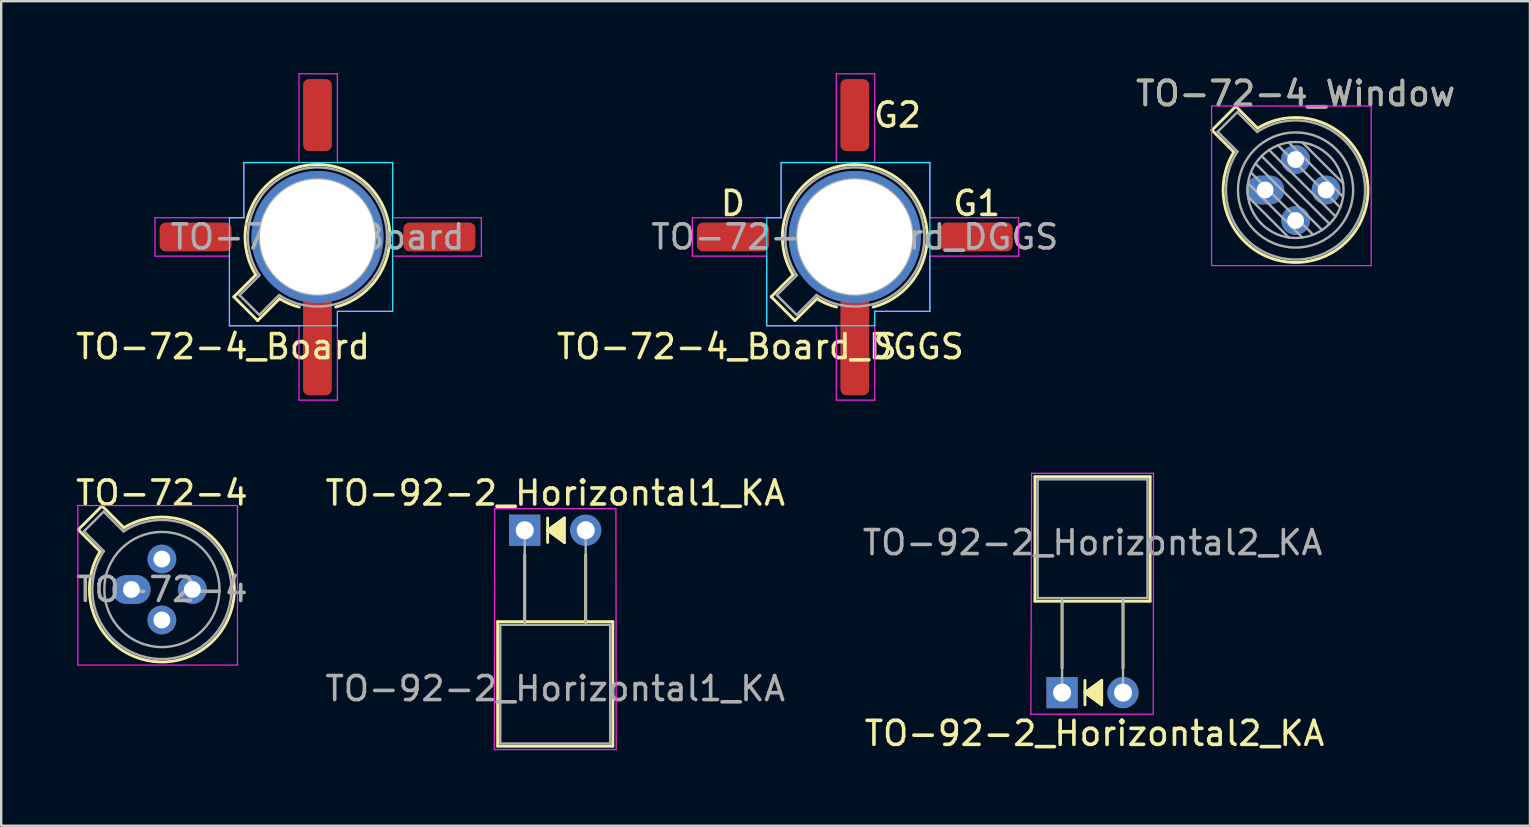
<source format=kicad_pcb>
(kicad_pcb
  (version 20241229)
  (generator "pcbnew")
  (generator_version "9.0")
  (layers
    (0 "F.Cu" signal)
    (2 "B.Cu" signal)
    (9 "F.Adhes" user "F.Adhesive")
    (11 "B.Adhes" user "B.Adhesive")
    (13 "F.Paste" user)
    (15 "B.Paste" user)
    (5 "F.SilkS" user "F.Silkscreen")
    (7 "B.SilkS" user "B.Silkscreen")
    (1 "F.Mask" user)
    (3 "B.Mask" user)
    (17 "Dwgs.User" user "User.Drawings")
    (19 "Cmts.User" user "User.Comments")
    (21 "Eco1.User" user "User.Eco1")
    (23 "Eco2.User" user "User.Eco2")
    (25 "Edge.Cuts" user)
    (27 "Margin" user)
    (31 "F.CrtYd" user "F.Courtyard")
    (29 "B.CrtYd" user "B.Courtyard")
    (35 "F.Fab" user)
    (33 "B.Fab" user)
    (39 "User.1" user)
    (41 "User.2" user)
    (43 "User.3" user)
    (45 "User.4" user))
  (footprint "TO-72-4_Board"
    (layer "F.Cu")
    (at 8.911 6.825)
    (property "Reference" "TO-72-4_Board" (at -2.667 4.572 0) (layer "F.SilkS") (effects (font (size 1 1) (thickness 0.15))))
    (attr through_hole)
    (fp_line (start -2.214 2.494) (end -1.302 1.582) (stroke (width 0.12) (type solid)) (layer "F.SilkS"))
    (fp_line (start -1.224 3.484) (end -2.214 2.494) (stroke (width 0.12) (type solid)) (layer "F.SilkS"))
    (fp_line (start -0.312 2.572) (end -1.224 3.484) (stroke (width 0.12) (type solid)) (layer "F.SilkS"))
    (fp_arc (start -1.30109 1.581891) (mid 2.395391 -2.801139) (end 2.032 2.921) (stroke (width 0.12) (type solid)) (layer "F.SilkS"))
    (fp_arc (start 0.507681 2.922203) (mid 0.084691 2.777669) (end -0.312331 2.572281) (stroke (width 0.12) (type solid)) (layer "F.SilkS"))
    (fp_line (start -2.4 -0.8) (end -1.8 -0.8) (stroke (width 0.05) (type solid)) (layer "B.CrtYd"))
    (fp_line (start -2.4 3.7) (end -2.4 -0.8) (stroke (width 0.05) (type solid)) (layer "B.CrtYd"))
    (fp_line (start -1.8 -3.1) (end 4.4 -3.1) (stroke (width 0.05) (type solid)) (layer "B.CrtYd"))
    (fp_line (start -1.8 -0.8) (end -1.8 -3.1) (stroke (width 0.05) (type solid)) (layer "B.CrtYd"))
    (fp_line (start 2.1 3.1) (end 2.1 3.7) (stroke (width 0.05) (type solid)) (layer "B.CrtYd"))
    (fp_line (start 2.1 3.7) (end -2.4 3.7) (stroke (width 0.05) (type solid)) (layer "B.CrtYd"))
    (fp_line (start 4.4 -3.1) (end 4.4 2.9) (stroke (width 0.05) (type solid)) (layer "B.CrtYd"))
    (fp_line (start 4.4 2.9) (end 4.4 3.1) (stroke (width 0.05) (type solid)) (layer "B.CrtYd"))
    (fp_line (start 4.4 3.1) (end 2.1 3.1) (stroke (width 0.05) (type solid)) (layer "B.CrtYd"))
    (fp_line (start -5.5 -0.8) (end -1.8 -0.8) (stroke (width 0.05) (type solid)) (layer "F.CrtYd"))
    (fp_line (start -5.5 0.8) (end -5.5 -0.8) (stroke (width 0.05) (type solid)) (layer "F.CrtYd"))
    (fp_line (start -2.4 0.8) (end -5.5 0.8) (stroke (width 0.05) (type solid)) (layer "F.CrtYd"))
    (fp_line (start -2.4 3.7) (end -2.4 0.8) (stroke (width 0.05) (type solid)) (layer "F.CrtYd"))
    (fp_line (start -1.8 -3.1) (end 0.5 -3.1) (stroke (width 0.05) (type solid)) (layer "F.CrtYd"))
    (fp_line (start -1.8 -0.8) (end -1.8 -3.1) (stroke (width 0.05) (type solid)) (layer "F.CrtYd"))
    (fp_line (start 0.5 -6.8) (end 2.1 -6.8) (stroke (width 0.05) (type solid)) (layer "F.CrtYd"))
    (fp_line (start 0.5 -3.1) (end 0.5 -6.8) (stroke (width 0.05) (type solid)) (layer "F.CrtYd"))
    (fp_line (start 0.5 3.7) (end -2.4 3.7) (stroke (width 0.05) (type solid)) (layer "F.CrtYd"))
    (fp_line (start 0.5 6.8) (end 0.5 3.7) (stroke (width 0.05) (type solid)) (layer "F.CrtYd"))
    (fp_line (start 2.1 -6.8) (end 2.1 -3.1) (stroke (width 0.05) (type solid)) (layer "F.CrtYd"))
    (fp_line (start 2.1 -3.1) (end 4.4 -3.1) (stroke (width 0.05) (type solid)) (layer "F.CrtYd"))
    (fp_line (start 2.1 3.1) (end 2.1 6.8) (stroke (width 0.05) (type solid)) (layer "F.CrtYd"))
    (fp_line (start 2.1 6.8) (end 0.5 6.8) (stroke (width 0.05) (type solid)) (layer "F.CrtYd"))
    (fp_line (start 4.4 -3.1) (end 4.4 -0.8) (stroke (width 0.05) (type solid)) (layer "F.CrtYd"))
    (fp_line (start 4.4 -0.8) (end 8.1 -0.8) (stroke (width 0.05) (type solid)) (layer "F.CrtYd"))
    (fp_line (start 4.4 0.8) (end 4.4 3.1) (stroke (width 0.05) (type solid)) (layer "F.CrtYd"))
    (fp_line (start 4.4 3.1) (end 2.1 3.1) (stroke (width 0.05) (type solid)) (layer "F.CrtYd"))
    (fp_line (start 8.1 -0.8) (end 8.1 0.8) (stroke (width 0.05) (type solid)) (layer "F.CrtYd"))
    (fp_line (start 8.1 0.8) (end 4.4 0.8) (stroke (width 0.05) (type solid)) (layer "F.CrtYd"))
    (fp_line (start -1.977 2.426) (end -1.149 1.599) (stroke (width 0.1) (type solid)) (layer "F.Fab"))
    (fp_line (start -1.156 3.247) (end -1.977 2.426) (stroke (width 0.1) (type solid)) (layer "F.Fab"))
    (fp_line (start -0.329 2.419) (end -1.156 3.247) (stroke (width 0.1) (type solid)) (layer "F.Fab"))
    (fp_arc (start -1.150029 1.597956) (mid 3.321075 -2.050145) (end -0.329057 2.419301) (stroke (width 0.1) (type solid)) (layer "F.Fab"))
    (fp_circle (center 1.27 0) (end 3.67 0) (stroke (width 0.1) (type solid)) (fill no) (layer "F.Fab"))
    (fp_text user "${REFERENCE}" (at 1.27 0 0) (layer "F.Fab") (effects (font (size 1 1) (thickness 0.15))))
    (pad "1" smd roundrect (at -3.81 0) (size 3 1.2) (layers "F.Cu" "F.Mask" "F.Paste") (roundrect_rratio 0.208))
    (pad "2" smd roundrect (at 1.27 -5.08) (size 1.2 3) (layers "F.Cu" "F.Mask" "F.Paste") (roundrect_rratio 0.208))
    (pad "3" smd roundrect (at 6.35 0) (size 3 1.2) (layers "F.Cu" "F.Mask" "F.Paste") (roundrect_rratio 0.208))
    (pad "4" thru_hole circle (at 1.27 0) (size 5.5 5.5) (drill 4.8) (layers "*.Cu" "*.Mask"))
    (pad "4" smd roundrect (at 1.27 4.5) (size 1.2 4.2) (layers "F.Cu" "F.Mask" "F.Paste") (roundrect_rratio 0.208)))
  (footprint "TO-72-4"
    (layer "F.Cu")
    (at 2.426 21.518)
    (property "Reference" "TO-72-4" (at 1.27 -4.02 0) (layer "F.SilkS") (effects (font (size 1 1) (thickness 0.15))))
    (attr through_hole)
    (fp_line (start -2.214 -2.494) (end -1.302 -1.582) (stroke (width 0.12) (type solid)) (layer "F.SilkS"))
    (fp_line (start -1.224 -3.484) (end -2.214 -2.494) (stroke (width 0.12) (type solid)) (layer "F.SilkS"))
    (fp_line (start -0.312 -2.572) (end -1.224 -3.484) (stroke (width 0.12) (type solid)) (layer "F.SilkS"))
    (fp_arc (start -0.312331 -2.572281) (mid 3.405374 2.135551) (end -1.30215 -1.582544) (stroke (width 0.12) (type solid)) (layer "F.SilkS"))
    (fp_line (start -2.23 -3.5) (end -2.23 3.15) (stroke (width 0.05) (type solid)) (layer "F.CrtYd"))
    (fp_line (start -2.23 3.15) (end 4.42 3.15) (stroke (width 0.05) (type solid)) (layer "F.CrtYd"))
    (fp_line (start 4.42 -3.5) (end -2.23 -3.5) (stroke (width 0.05) (type solid)) (layer "F.CrtYd"))
    (fp_line (start 4.42 3.15) (end 4.42 -3.5) (stroke (width 0.05) (type solid)) (layer "F.CrtYd"))
    (fp_line (start -1.977 -2.426) (end -1.149 -1.599) (stroke (width 0.1) (type solid)) (layer "F.Fab"))
    (fp_line (start -1.156 -3.247) (end -1.977 -2.426) (stroke (width 0.1) (type solid)) (layer "F.Fab"))
    (fp_line (start -0.329 -2.419) (end -1.156 -3.247) (stroke (width 0.1) (type solid)) (layer "F.Fab"))
    (fp_arc (start -0.329057 -2.419301) (mid 3.321075 2.050145) (end -1.150029 -1.597956) (stroke (width 0.1) (type solid)) (layer "F.Fab"))
    (fp_circle (center 1.27 0) (end 3.67 0) (stroke (width 0.1) (type solid)) (fill no) (layer "F.Fab"))
    (fp_text user "${REFERENCE}" (at 1.27 0 0) (layer "F.Fab") (effects (font (size 1 1) (thickness 0.15))))
    (pad "1" thru_hole oval (at 0 0) (size 1.6 1.2) (drill 0.7) (layers "*.Cu" "*.Mask"))
    (pad "2" thru_hole oval (at 1.27 1.27) (size 1.2 1.2) (drill 0.7) (layers "*.Cu" "*.Mask"))
    (pad "3" thru_hole oval (at 2.54 0) (size 1.2 1.2) (drill 0.7) (layers "*.Cu" "*.Mask"))
    (pad "4" thru_hole oval (at 1.27 -1.27) (size 1.2 1.2) (drill 0.7) (layers "*.Cu" "*.Mask")))
  (footprint "TO-72-4_Board_DGGS"
    (layer "F.Cu")
    (at 31.304 6.825)
    (property "Reference" "TO-72-4_Board_DGGS" (at -2.667 4.572 0) (layer "F.SilkS") (effects (font (size 1 1) (thickness 0.15))))
    (fp_line (start -2.214 2.494) (end -1.302 1.582) (stroke (width 0.12) (type solid)) (layer "F.SilkS"))
    (fp_line (start -1.224 3.484) (end -2.214 2.494) (stroke (width 0.12) (type solid)) (layer "F.SilkS"))
    (fp_line (start -0.312 2.572) (end -1.224 3.484) (stroke (width 0.12) (type solid)) (layer "F.SilkS"))
    (fp_arc (start -1.30109 1.581891) (mid 2.395391 -2.801139) (end 2.032 2.921) (stroke (width 0.12) (type solid)) (layer "F.SilkS"))
    (fp_arc (start 0.507681 2.922203) (mid 0.084691 2.777669) (end -0.312331 2.572281) (stroke (width 0.12) (type solid)) (layer "F.SilkS"))
    (fp_line (start -2.4 -0.8) (end -1.8 -0.8) (stroke (width 0.05) (type solid)) (layer "B.CrtYd"))
    (fp_line (start -2.4 3.7) (end -2.4 -0.8) (stroke (width 0.05) (type solid)) (layer "B.CrtYd"))
    (fp_line (start -1.8 -3.1) (end 4.4 -3.1) (stroke (width 0.05) (type solid)) (layer "B.CrtYd"))
    (fp_line (start -1.8 -0.8) (end -1.8 -3.1) (stroke (width 0.05) (type solid)) (layer "B.CrtYd"))
    (fp_line (start 2.1 3.1) (end 2.1 3.7) (stroke (width 0.05) (type solid)) (layer "B.CrtYd"))
    (fp_line (start 2.1 3.7) (end -2.4 3.7) (stroke (width 0.05) (type solid)) (layer "B.CrtYd"))
    (fp_line (start 4.4 -3.1) (end 4.4 2.9) (stroke (width 0.05) (type solid)) (layer "B.CrtYd"))
    (fp_line (start 4.4 2.9) (end 4.4 3.1) (stroke (width 0.05) (type solid)) (layer "B.CrtYd"))
    (fp_line (start 4.4 3.1) (end 2.1 3.1) (stroke (width 0.05) (type solid)) (layer "B.CrtYd"))
    (fp_line (start -5.5 -0.8) (end -1.8 -0.8) (stroke (width 0.05) (type solid)) (layer "F.CrtYd"))
    (fp_line (start -5.5 0.8) (end -5.5 -0.8) (stroke (width 0.05) (type solid)) (layer "F.CrtYd"))
    (fp_line (start -2.4 0.8) (end -5.5 0.8) (stroke (width 0.05) (type solid)) (layer "F.CrtYd"))
    (fp_line (start -2.4 3.7) (end -2.4 0.8) (stroke (width 0.05) (type solid)) (layer "F.CrtYd"))
    (fp_line (start -1.8 -3.1) (end 0.5 -3.1) (stroke (width 0.05) (type solid)) (layer "F.CrtYd"))
    (fp_line (start -1.8 -0.8) (end -1.8 -3.1) (stroke (width 0.05) (type solid)) (layer "F.CrtYd"))
    (fp_line (start 0.5 -6.8) (end 2.1 -6.8) (stroke (width 0.05) (type solid)) (layer "F.CrtYd"))
    (fp_line (start 0.5 -3.1) (end 0.5 -6.8) (stroke (width 0.05) (type solid)) (layer "F.CrtYd"))
    (fp_line (start 0.5 3.7) (end -2.4 3.7) (stroke (width 0.05) (type solid)) (layer "F.CrtYd"))
    (fp_line (start 0.5 6.8) (end 0.5 3.7) (stroke (width 0.05) (type solid)) (layer "F.CrtYd"))
    (fp_line (start 2.1 -6.8) (end 2.1 -3.1) (stroke (width 0.05) (type solid)) (layer "F.CrtYd"))
    (fp_line (start 2.1 -3.1) (end 4.4 -3.1) (stroke (width 0.05) (type solid)) (layer "F.CrtYd"))
    (fp_line (start 2.1 3.1) (end 2.1 6.8) (stroke (width 0.05) (type solid)) (layer "F.CrtYd"))
    (fp_line (start 2.1 6.8) (end 0.5 6.8) (stroke (width 0.05) (type solid)) (layer "F.CrtYd"))
    (fp_line (start 4.4 -3.1) (end 4.4 -0.8) (stroke (width 0.05) (type solid)) (layer "F.CrtYd"))
    (fp_line (start 4.4 -0.8) (end 8.1 -0.8) (stroke (width 0.05) (type solid)) (layer "F.CrtYd"))
    (fp_line (start 4.4 0.8) (end 4.4 3.1) (stroke (width 0.05) (type solid)) (layer "F.CrtYd"))
    (fp_line (start 4.4 3.1) (end 2.1 3.1) (stroke (width 0.05) (type solid)) (layer "F.CrtYd"))
    (fp_line (start 8.1 -0.8) (end 8.1 0.8) (stroke (width 0.05) (type solid)) (layer "F.CrtYd"))
    (fp_line (start 8.1 0.8) (end 4.4 0.8) (stroke (width 0.05) (type solid)) (layer "F.CrtYd"))
    (fp_line (start -1.977 2.426) (end -1.149 1.599) (stroke (width 0.1) (type solid)) (layer "F.Fab"))
    (fp_line (start -1.156 3.247) (end -1.977 2.426) (stroke (width 0.1) (type solid)) (layer "F.Fab"))
    (fp_line (start -0.329 2.419) (end -1.156 3.247) (stroke (width 0.1) (type solid)) (layer "F.Fab"))
    (fp_arc (start -1.150029 1.597956) (mid 3.321075 -2.050145) (end -0.329057 2.419301) (stroke (width 0.1) (type solid)) (layer "F.Fab"))
    (fp_circle (center 1.27 0) (end 3.67 0) (stroke (width 0.1) (type solid)) (fill no) (layer "F.Fab"))
    (fp_text user "G2" (at 3.048 -5.08 0) (unlocked yes) (layer "F.SilkS") (effects (font (size 1 1) (thickness 0.15))))
    (fp_text user "G1" (at 6.35 -1.397 0) (unlocked yes) (layer "F.SilkS") (effects (font (size 1 1) (thickness 0.15))))
    (fp_text user "D" (at -3.81 -1.397 0) (unlocked yes) (layer "F.SilkS") (effects (font (size 1 1) (thickness 0.15))))
    (fp_text user "S" (at 2.54 4.572 0) (unlocked yes) (layer "F.SilkS") (effects (font (size 1 1) (thickness 0.15))))
    (fp_text user "${REFERENCE}" (at 1.27 0 0) (layer "F.Fab") (effects (font (size 1 1) (thickness 0.15))))
    (pad "1" smd roundrect (at -3.81 0) (size 3 1.2) (layers "F.Cu" "F.Mask" "F.Paste") (roundrect_rratio 0.208))
    (pad "2" smd roundrect (at 1.27 -5.08) (size 1.2 3) (layers "F.Cu" "F.Mask" "F.Paste") (roundrect_rratio 0.208))
    (pad "3" smd roundrect (at 6.35 0) (size 3 1.2) (layers "F.Cu" "F.Mask" "F.Paste") (roundrect_rratio 0.208))
    (pad "4" thru_hole circle (at 1.27 0) (size 5.5 5.5) (drill 4.8) (layers "*.Cu" "*.Mask"))
    (pad "4" smd roundrect (at 1.27 4.5) (size 1.2 4.2) (layers "F.Cu" "F.Mask" "F.Paste") (roundrect_rratio 0.208)))
  (footprint "TO-72-4_Window"
    (layer "F.Cu")
    (at 49.673 4.868)
    (property "Reference" "TO-72-4_Window" (at 1.27 -4.02 0) (layer "F.SilkS") (effects (font (size 1 1) (thickness 0.15))))
    (attr through_hole)
    (fp_line (start -2.214 -2.494) (end -1.302 -1.582) (stroke (width 0.12) (type solid)) (layer "F.SilkS"))
    (fp_line (start -1.224 -3.484) (end -2.214 -2.494) (stroke (width 0.12) (type solid)) (layer "F.SilkS"))
    (fp_line (start -0.312 -2.572) (end -1.224 -3.484) (stroke (width 0.12) (type solid)) (layer "F.SilkS"))
    (fp_arc (start -0.312331 -2.572281) (mid 3.405374 2.135551) (end -1.30215 -1.582544) (stroke (width 0.12) (type solid)) (layer "F.SilkS"))
    (fp_line (start -2.23 -3.5) (end -2.23 3.15) (stroke (width 0.05) (type solid)) (layer "F.CrtYd"))
    (fp_line (start -2.23 3.15) (end 4.42 3.15) (stroke (width 0.05) (type solid)) (layer "F.CrtYd"))
    (fp_line (start 4.42 -3.5) (end -2.23 -3.5) (stroke (width 0.05) (type solid)) (layer "F.CrtYd"))
    (fp_line (start 4.42 3.15) (end 4.42 -3.5) (stroke (width 0.05) (type solid)) (layer "F.CrtYd"))
    (fp_line (start -1.977 -2.426) (end -1.149 -1.599) (stroke (width 0.1) (type solid)) (layer "F.Fab"))
    (fp_line (start -1.156 -3.247) (end -1.977 -2.426) (stroke (width 0.1) (type solid)) (layer "F.Fab"))
    (fp_line (start -0.71 -0.283) (end 1.553 1.98) (stroke (width 0.1) (type solid)) (layer "F.Fab"))
    (fp_line (start -0.71 0.283) (end 0.987 1.98) (stroke (width 0.1) (type solid)) (layer "F.Fab"))
    (fp_line (start -0.592 -0.731) (end 2.001 1.862) (stroke (width 0.1) (type solid)) (layer "F.Fab"))
    (fp_line (start -0.399 -1.103) (end 2.373 1.669) (stroke (width 0.1) (type solid)) (layer "F.Fab"))
    (fp_line (start -0.329 -2.419) (end -1.156 -3.247) (stroke (width 0.1) (type solid)) (layer "F.Fab"))
    (fp_line (start -0.145 -1.415) (end 2.685 1.415) (stroke (width 0.1) (type solid)) (layer "F.Fab"))
    (fp_line (start 0.167 -1.669) (end 2.939 1.103) (stroke (width 0.1) (type solid)) (layer "F.Fab"))
    (fp_line (start 0.539 -1.862) (end 3.132 0.731) (stroke (width 0.1) (type solid)) (layer "F.Fab"))
    (fp_line (start 0.987 -1.98) (end 3.25 0.283) (stroke (width 0.1) (type solid)) (layer "F.Fab"))
    (fp_line (start 1.553 -1.98) (end 3.25 -0.283) (stroke (width 0.1) (type solid)) (layer "F.Fab"))
    (fp_arc (start -0.329057 -2.419301) (mid 3.321075 2.050145) (end -1.150029 -1.597956) (stroke (width 0.1) (type solid)) (layer "F.Fab"))
    (fp_circle (center 1.27 0) (end 3.27 0) (stroke (width 0.1) (type solid)) (fill no) (layer "F.Fab"))
    (fp_circle (center 1.27 0) (end 3.67 0) (stroke (width 0.1) (type solid)) (fill no) (layer "F.Fab"))
    (fp_text user "${REFERENCE}" (at 1.27 -4.02 0) (layer "F.Fab") (effects (font (size 1 1) (thickness 0.15))))
    (pad "1" thru_hole oval (at 0 0) (size 1.6 1.2) (drill 0.7) (layers "*.Cu" "*.Mask"))
    (pad "2" thru_hole oval (at 1.27 1.27) (size 1.2 1.2) (drill 0.7) (layers "*.Cu" "*.Mask"))
    (pad "3" thru_hole oval (at 2.54 0) (size 1.2 1.2) (drill 0.7) (layers "*.Cu" "*.Mask"))
    (pad "4" thru_hole oval (at 1.27 -1.27) (size 1.2 1.2) (drill 0.7) (layers "*.Cu" "*.Mask")))
  (footprint "TO-92-2_Horizontal2_KA"
    (layer "F.Cu")
    (at 41.212 25.815)
    (property "Reference" "TO-92-2_Horizontal2_KA" (at 1.35 1.7 0) (layer "F.SilkS") (effects (font (size 1 1) (thickness 0.15))))
    (attr through_hole)
    (fp_line (start -1.13 -9) (end -1.13 -3.81) (stroke (width 0.12) (type solid)) (layer "F.SilkS"))
    (fp_line (start -1.13 -3.81) (end 3.67 -3.81) (stroke (width 0.12) (type solid)) (layer "F.SilkS"))
    (fp_line (start 0 -1.02) (end 0 -3.81) (stroke (width 0.12) (type solid)) (layer "F.SilkS"))
    (fp_line (start 0.953 -0.508) (end 0.953 0.508) (stroke (width 0.12) (type solid)) (layer "F.SilkS"))
    (fp_line (start 0.953 0) (end 1.651 -0.508) (stroke (width 0.12) (type solid)) (layer "F.SilkS"))
    (fp_line (start 1.651 -0.508) (end 1.651 0.508) (stroke (width 0.12) (type solid)) (layer "F.SilkS"))
    (fp_line (start 1.651 0.508) (end 0.953 0) (stroke (width 0.12) (type solid)) (layer "F.SilkS"))
    (fp_line (start 2.54 -1.02) (end 2.54 -3.81) (stroke (width 0.12) (type solid)) (layer "F.SilkS"))
    (fp_line (start 3.67 -9) (end -1.13 -9) (stroke (width 0.12) (type solid)) (layer "F.SilkS"))
    (fp_line (start 3.67 -3.81) (end 3.67 -9) (stroke (width 0.12) (type solid)) (layer "F.SilkS"))
    (fp_poly (pts (xy 1.651 0.508) (xy 0.953 0) (xy 1.651 -0.508)) (stroke (width 0.1) (type solid)) (fill yes) (layer "F.SilkS"))
    (fp_line (start -1.27 -9.14) (end -1.3 0.9) (stroke (width 0.05) (type solid)) (layer "F.CrtYd"))
    (fp_line (start -1.27 -9.14) (end 3.81 -9.14) (stroke (width 0.05) (type solid)) (layer "F.CrtYd"))
    (fp_line (start 3.8 0.9) (end -1.3 0.9) (stroke (width 0.05) (type solid)) (layer "F.CrtYd"))
    (fp_line (start 3.8 0.9) (end 3.81 -9.14) (stroke (width 0.05) (type solid)) (layer "F.CrtYd"))
    (fp_line (start -1.02 -8.89) (end -1.02 -3.94) (stroke (width 0.1) (type solid)) (layer "F.Fab"))
    (fp_line (start -1.02 -3.94) (end 3.56 -3.94) (stroke (width 0.1) (type solid)) (layer "F.Fab"))
    (fp_line (start 0 -3.94) (end 0 0) (stroke (width 0.1) (type solid)) (layer "F.Fab"))
    (fp_line (start 2.54 -3.94) (end 2.54 0) (stroke (width 0.1) (type solid)) (layer "F.Fab"))
    (fp_line (start 3.56 -8.89) (end -1.02 -8.89) (stroke (width 0.1) (type solid)) (layer "F.Fab"))
    (fp_line (start 3.56 -3.94) (end 3.56 -8.89) (stroke (width 0.1) (type solid)) (layer "F.Fab"))
    (fp_text user "${REFERENCE}" (at 1.27 -6.25 0) (layer "F.Fab") (effects (font (size 1 1) (thickness 0.15))))
    (pad "1" thru_hole rect (at 0 0 270) (size 1.3 1.3) (drill 0.75) (layers "*.Cu" "*.Mask"))
    (pad "2" thru_hole circle (at 2.54 0 270) (size 1.3 1.3) (drill 0.75) (layers "*.Cu" "*.Mask")))
  (footprint "TO-92-2_Horizontal1_KA"
    (layer "F.Cu")
    (at 18.819 19.048)
    (property "Reference" "TO-92-2_Horizontal1_KA" (at 1.27 -1.55 0) (layer "F.SilkS") (effects (font (size 1 1) (thickness 0.15))))
    (attr through_hole)
    (fp_line (start -1.13 3.81) (end 3.67 3.81) (stroke (width 0.12) (type solid)) (layer "F.SilkS"))
    (fp_line (start -1.13 9) (end -1.13 3.81) (stroke (width 0.12) (type solid)) (layer "F.SilkS"))
    (fp_line (start 0 1.02) (end 0 3.81) (stroke (width 0.12) (type solid)) (layer "F.SilkS"))
    (fp_line (start 0.953 -0.508) (end 0.953 0.508) (stroke (width 0.12) (type solid)) (layer "F.SilkS"))
    (fp_line (start 0.953 0) (end 1.651 -0.508) (stroke (width 0.12) (type solid)) (layer "F.SilkS"))
    (fp_line (start 1.651 -0.508) (end 1.651 0.508) (stroke (width 0.12) (type solid)) (layer "F.SilkS"))
    (fp_line (start 1.651 0.508) (end 0.953 0) (stroke (width 0.12) (type solid)) (layer "F.SilkS"))
    (fp_line (start 2.54 1.02) (end 2.54 3.81) (stroke (width 0.12) (type solid)) (layer "F.SilkS"))
    (fp_line (start 3.67 3.81) (end 3.67 9) (stroke (width 0.12) (type solid)) (layer "F.SilkS"))
    (fp_line (start 3.67 9) (end -1.13 9) (stroke (width 0.12) (type solid)) (layer "F.SilkS"))
    (fp_poly (pts (xy 1.651 0.508) (xy 0.953 0) (xy 1.651 -0.508)) (stroke (width 0.1) (type solid)) (fill yes) (layer "F.SilkS"))
    (fp_line (start -1.25 -0.9) (end -1.27 9.14) (stroke (width 0.05) (type solid)) (layer "F.CrtYd"))
    (fp_line (start -1.25 -0.9) (end 3.8 -0.9) (stroke (width 0.05) (type solid)) (layer "F.CrtYd"))
    (fp_line (start 3.81 9.14) (end -1.27 9.14) (stroke (width 0.05) (type solid)) (layer "F.CrtYd"))
    (fp_line (start 3.81 9.14) (end 3.8 -0.9) (stroke (width 0.05) (type solid)) (layer "F.CrtYd"))
    (fp_line (start -1.02 3.94) (end 3.56 3.94) (stroke (width 0.1) (type solid)) (layer "F.Fab"))
    (fp_line (start -1.02 8.89) (end -1.02 3.94) (stroke (width 0.1) (type solid)) (layer "F.Fab"))
    (fp_line (start 0 3.94) (end 0 0) (stroke (width 0.1) (type solid)) (layer "F.Fab"))
    (fp_line (start 2.54 3.94) (end 2.54 0) (stroke (width 0.1) (type solid)) (layer "F.Fab"))
    (fp_line (start 3.56 3.94) (end 3.56 8.89) (stroke (width 0.1) (type solid)) (layer "F.Fab"))
    (fp_line (start 3.56 8.89) (end -1.02 8.89) (stroke (width 0.1) (type solid)) (layer "F.Fab"))
    (fp_text user "${REFERENCE}" (at 1.27 6.6 0) (layer "F.Fab") (effects (font (size 1 1) (thickness 0.15))))
    (pad "1" thru_hole rect (at 0 0 90) (size 1.3 1.3) (drill 0.75) (layers "*.Cu" "*.Mask"))
    (pad "2" thru_hole circle (at 2.54 0 90) (size 1.3 1.3) (drill 0.75) (layers "*.Cu" "*.Mask")))
  (gr_rect
    (start -3 -3)
    (end 60.711 31.363)
    (stroke (width 0.1) (type default))
    (fill no)
    (layer "Edge.Cuts")))
</source>
